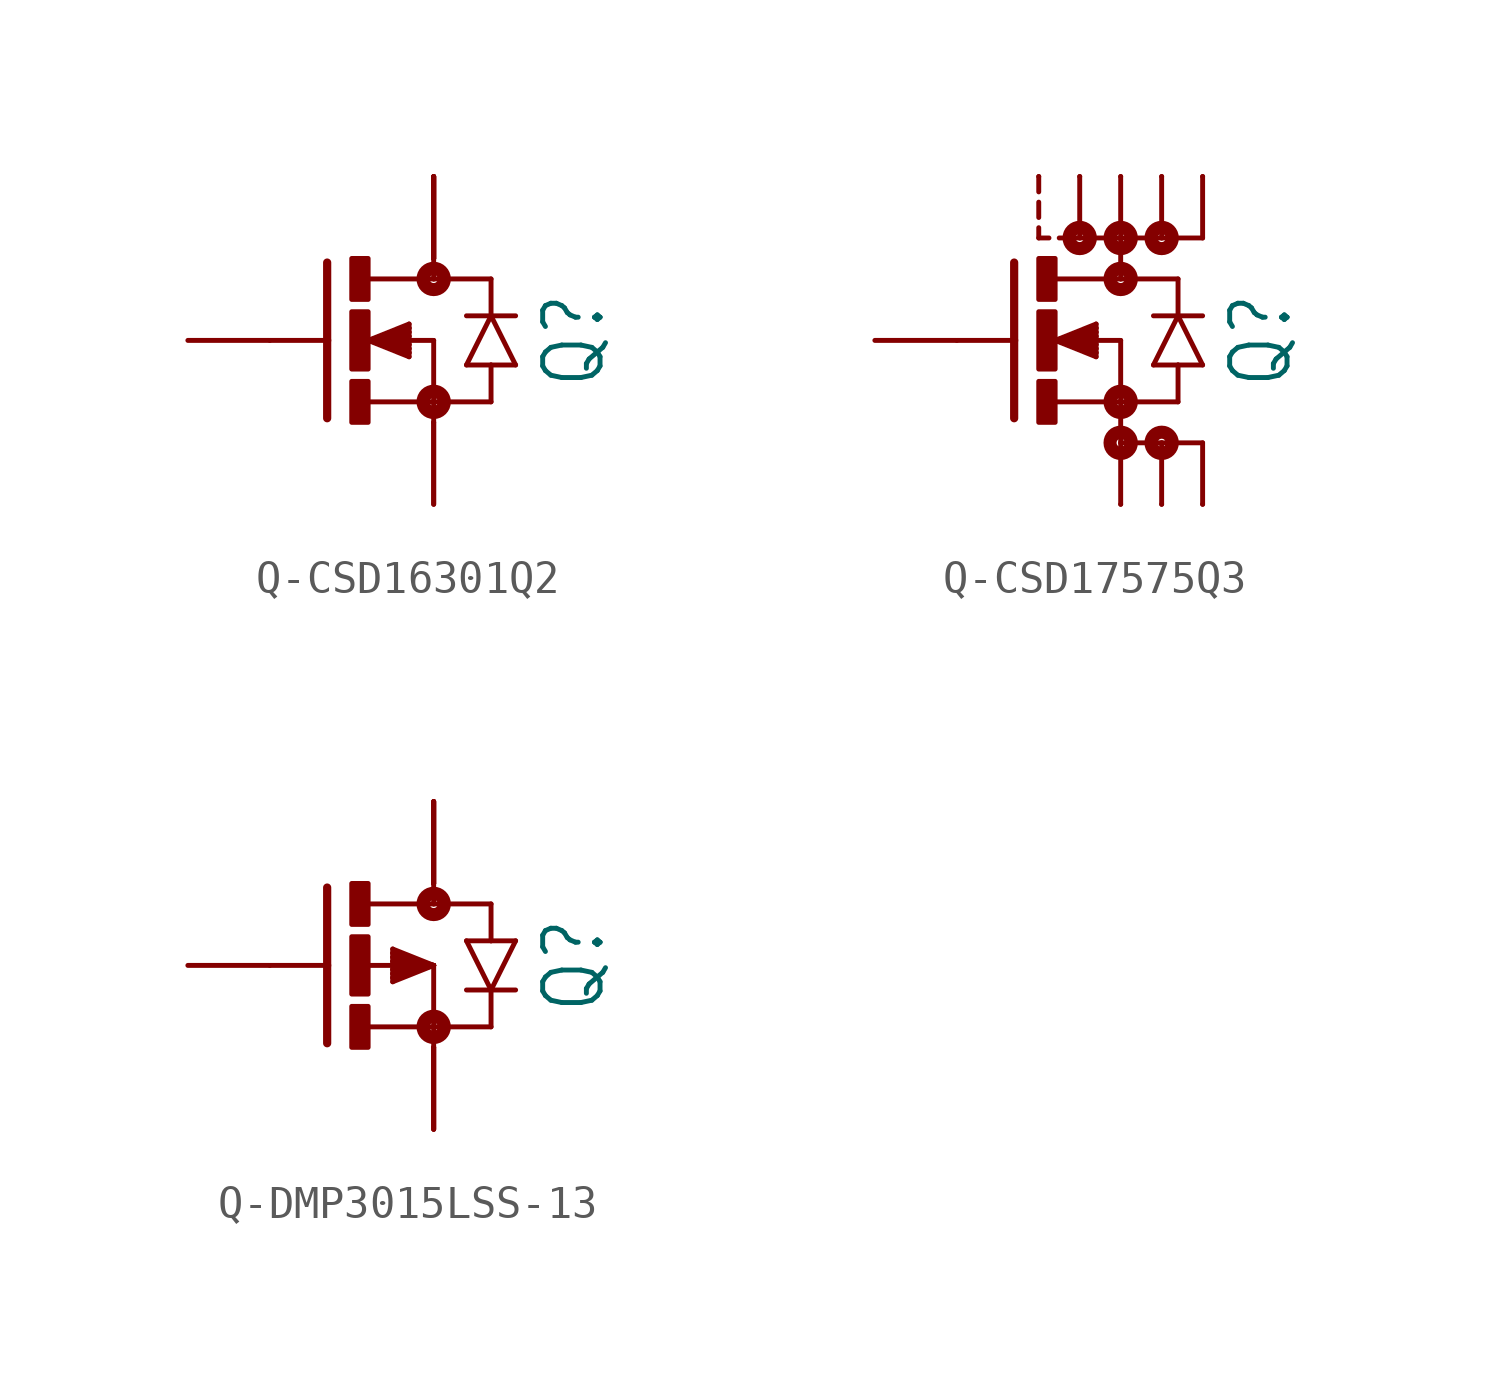
<source format=kicad_sym>
(kicad_symbol_lib
  (version 20231120)
  (generator "kicad_symbol_editor")
  (generator_version "8.0")
  (symbol "Q-CSD16301Q2"
    (property "Reference" "Q"
      (at 5.842 0 90)
      (effects (font (size 1.778 1.511)) (justify top)))
    (property "Value" ""
      (at 8.382 0 90)
      (effects (font (size 1.778 1.511)) (justify top)))
    (property "ki_locked" ""
      (at 0 0 0)
      (effects (font (size 1.27 1.27))))
    (symbol "Q-CSD16301Q2_1_0"
      (rectangle (start 0 -2.54) (end 0.508 -1.27) (stroke (width 0) (type default)) (fill (type outline)))
      (rectangle (start 0 -0.889) (end 0.508 0.889) (stroke (width 0) (type default)) (fill (type outline)))
      (polyline (pts (xy -0.762 0) (xy -2.54 0)) (stroke (width 0.152) (type solid)) (fill (type none)))
      (polyline (pts (xy -0.762 0) (xy -0.762 -2.413)) (stroke (width 0.254) (type solid)) (fill (type none)))
      (polyline (pts (xy -0.762 2.413) (xy -0.762 0)) (stroke (width 0.254) (type solid)) (fill (type none)))
      (polyline (pts (xy 0.508 -1.905) (xy 2.54 -1.905)) (stroke (width 0.152) (type solid)) (fill (type none)))
      (polyline (pts (xy 0.508 0) (xy 1.778 -0.508)) (stroke (width 0.152) (type solid)) (fill (type none)))
      (polyline (pts (xy 0.508 0) (xy 1.778 -0.381)) (stroke (width 0.152) (type solid)) (fill (type none)))
      (polyline (pts (xy 0.508 0) (xy 1.778 -0.254)) (stroke (width 0.152) (type solid)) (fill (type none)))
      (polyline (pts (xy 0.508 0) (xy 1.778 -0.127)) (stroke (width 0.152) (type solid)) (fill (type none)))
      (polyline (pts (xy 0.508 0) (xy 1.778 0.127)) (stroke (width 0.152) (type solid)) (fill (type none)))
      (polyline (pts (xy 0.508 0) (xy 1.778 0.254)) (stroke (width 0.152) (type solid)) (fill (type none)))
      (polyline (pts (xy 0.508 0) (xy 1.778 0.381)) (stroke (width 0.152) (type solid)) (fill (type none)))
      (polyline (pts (xy 0.508 0) (xy 1.778 0.508)) (stroke (width 0.152) (type solid)) (fill (type none)))
      (polyline (pts (xy 1.778 -0.381) (xy 1.778 -0.508)) (stroke (width 0.152) (type solid)) (fill (type none)))
      (polyline (pts (xy 1.778 -0.254) (xy 1.778 -0.381)) (stroke (width 0.152) (type solid)) (fill (type none)))
      (polyline (pts (xy 1.778 -0.127) (xy 1.778 -0.254)) (stroke (width 0.152) (type solid)) (fill (type none)))
      (polyline (pts (xy 1.778 0.127) (xy 1.778 -0.127)) (stroke (width 0.152) (type solid)) (fill (type none)))
      (polyline (pts (xy 1.778 0.254) (xy 1.778 0.127)) (stroke (width 0.152) (type solid)) (fill (type none)))
      (polyline (pts (xy 1.778 0.381) (xy 1.778 0.254)) (stroke (width 0.152) (type solid)) (fill (type none)))
      (polyline (pts (xy 1.778 0.508) (xy 1.778 0.381)) (stroke (width 0.152) (type solid)) (fill (type none)))
      (polyline (pts (xy 2.54 -1.905) (xy 2.54 -2.54)) (stroke (width 0.152) (type solid)) (fill (type none)))
      (polyline (pts (xy 2.54 0) (xy 0.508 0)) (stroke (width 0.152) (type solid)) (fill (type none)))
      (polyline (pts (xy 2.54 0) (xy 2.54 -1.905)) (stroke (width 0.152) (type solid)) (fill (type none)))
      (polyline (pts (xy 2.54 1.905) (xy 0.533 1.905)) (stroke (width 0.152) (type solid)) (fill (type none)))
      (polyline (pts (xy 2.54 2.54) (xy 2.54 1.905)) (stroke (width 0.152) (type solid)) (fill (type none)))
      (polyline (pts (xy 3.556 -0.762) (xy 4.318 -0.762)) (stroke (width 0.152) (type solid)) (fill (type none)))
      (polyline (pts (xy 3.556 0.762) (xy 4.318 0.762)) (stroke (width 0.152) (type solid)) (fill (type none)))
      (polyline (pts (xy 4.318 -1.905) (xy 2.54 -1.905)) (stroke (width 0.152) (type solid)) (fill (type none)))
      (polyline (pts (xy 4.318 -1.905) (xy 4.318 -0.762)) (stroke (width 0.152) (type solid)) (fill (type none)))
      (polyline (pts (xy 4.318 -0.762) (xy 5.08 -0.762)) (stroke (width 0.152) (type solid)) (fill (type none)))
      (polyline (pts (xy 4.318 0.762) (xy 3.556 -0.762)) (stroke (width 0.152) (type solid)) (fill (type none)))
      (polyline (pts (xy 4.318 0.762) (xy 5.08 0.762)) (stroke (width 0.152) (type solid)) (fill (type none)))
      (polyline (pts (xy 4.318 1.905) (xy 2.54 1.905)) (stroke (width 0.152) (type solid)) (fill (type none)))
      (polyline (pts (xy 4.318 1.905) (xy 4.318 0.762)) (stroke (width 0.152) (type solid)) (fill (type none)))
      (polyline (pts (xy 5.08 -0.762) (xy 4.318 0.762)) (stroke (width 0.152) (type solid)) (fill (type none)))
      (rectangle (start 0 1.27) (end 0.508 2.54) (stroke (width 0) (type default)) (fill (type outline)))
      (circle (center 2.54 -1.905) (radius 0.127) (stroke (width 0.406) (type solid)) (fill (type none)))
      (circle (center 2.54 1.905) (radius 0.127) (stroke (width 0.406) (type solid)) (fill (type none)))
      (pin passive line (at 2.54 5.08 270) (length 2.54) (name "D" (effects (font (size 0 0)))) (number "1" (effects (font (size 0 0)))))
      (pin passive line (at 2.54 5.08 270) (length 2.54) (name "D" (effects (font (size 0 0)))) (number "2" (effects (font (size 0 0)))))
      (pin passive line (at -5.08 0 0) (length 2.54) (name "G" (effects (font (size 0 0)))) (number "3" (effects (font (size 0 0)))))
      (pin passive line (at 2.54 -5.08 90) (length 2.54) (name "S" (effects (font (size 0 0)))) (number "4" (effects (font (size 0 0)))))
      (pin passive line (at 2.54 5.08 270) (length 2.54) (name "D" (effects (font (size 0 0)))) (number "5" (effects (font (size 0 0)))))
      (pin passive line (at 2.54 5.08 270) (length 2.54) (name "D" (effects (font (size 0 0)))) (number "6" (effects (font (size 0 0)))))
      (pin passive line (at 2.54 -5.08 90) (length 2.54) (name "S" (effects (font (size 0 0)))) (number "7" (effects (font (size 0 0)))))
      (pin passive line (at 2.54 5.08 270) (length 2.54) (name "D" (effects (font (size 0 0)))) (number "8" (effects (font (size 0 0)))))))
  (symbol "Q-CSD17575Q3"
    (property "Reference" "Q"
      (at 3.302 0 90)
      (effects (font (size 1.778 1.511)) (justify top)))
    (property "Value" ""
      (at 5.842 0 90)
      (effects (font (size 1.778 1.511)) (justify top)))
    (property "ki_locked" ""
      (at 0 0 0)
      (effects (font (size 1.27 1.27))))
    (symbol "Q-CSD17575Q3_1_0"
      (rectangle (start -2.54 -2.54) (end -2.032 -1.27) (stroke (width 0) (type default)) (fill (type outline)))
      (rectangle (start -2.54 -0.889) (end -2.032 0.889) (stroke (width 0) (type default)) (fill (type outline)))
      (rectangle (start -2.54 1.27) (end -2.032 2.54) (stroke (width 0) (type default)) (fill (type outline)))
      (circle (center -1.27 3.175) (radius 0.127) (stroke (width 0.406) (type solid)) (fill (type none)))
      (circle (center 0 -3.175) (radius 0.127) (stroke (width 0.406) (type solid)) (fill (type none)))
      (circle (center 0 -1.905) (radius 0.127) (stroke (width 0.406) (type solid)) (fill (type none)))
      (polyline (pts (xy -3.302 0) (xy -5.08 0)) (stroke (width 0.152) (type solid)) (fill (type none)))
      (polyline (pts (xy -3.302 0) (xy -3.302 -2.413)) (stroke (width 0.254) (type solid)) (fill (type none)))
      (polyline (pts (xy -3.302 2.413) (xy -3.302 0)) (stroke (width 0.254) (type solid)) (fill (type none)))
      (polyline (pts (xy -2.54 3.175) (xy -2.54 3.493)) (stroke (width 0.152) (type solid)) (fill (type none)))
      (polyline (pts (xy -2.54 3.81) (xy -2.54 4.286)) (stroke (width 0.152) (type solid)) (fill (type none)))
      (polyline (pts (xy -2.54 4.604) (xy -2.54 5.08)) (stroke (width 0.152) (type solid)) (fill (type none)))
      (polyline (pts (xy -2.223 3.175) (xy -2.54 3.175)) (stroke (width 0.152) (type solid)) (fill (type none)))
      (polyline (pts (xy -2.032 -1.905) (xy 0 -1.905)) (stroke (width 0.152) (type solid)) (fill (type none)))
      (polyline (pts (xy -2.032 0) (xy -0.762 -0.508)) (stroke (width 0.152) (type solid)) (fill (type none)))
      (polyline (pts (xy -2.032 0) (xy -0.762 -0.381)) (stroke (width 0.152) (type solid)) (fill (type none)))
      (polyline (pts (xy -2.032 0) (xy -0.762 -0.254)) (stroke (width 0.152) (type solid)) (fill (type none)))
      (polyline (pts (xy -2.032 0) (xy -0.762 -0.127)) (stroke (width 0.152) (type solid)) (fill (type none)))
      (polyline (pts (xy -2.032 0) (xy -0.762 0.127)) (stroke (width 0.152) (type solid)) (fill (type none)))
      (polyline (pts (xy -2.032 0) (xy -0.762 0.254)) (stroke (width 0.152) (type solid)) (fill (type none)))
      (polyline (pts (xy -2.032 0) (xy -0.762 0.381)) (stroke (width 0.152) (type solid)) (fill (type none)))
      (polyline (pts (xy -2.032 0) (xy -0.762 0.508)) (stroke (width 0.152) (type solid)) (fill (type none)))
      (polyline (pts (xy -1.27 3.175) (xy -1.905 3.175)) (stroke (width 0.152) (type solid)) (fill (type none)))
      (polyline (pts (xy -1.27 3.175) (xy -1.27 5.08)) (stroke (width 0.152) (type solid)) (fill (type none)))
      (polyline (pts (xy -0.762 -0.381) (xy -0.762 -0.508)) (stroke (width 0.152) (type solid)) (fill (type none)))
      (polyline (pts (xy -0.762 -0.254) (xy -0.762 -0.381)) (stroke (width 0.152) (type solid)) (fill (type none)))
      (polyline (pts (xy -0.762 -0.127) (xy -0.762 -0.254)) (stroke (width 0.152) (type solid)) (fill (type none)))
      (polyline (pts (xy -0.762 0.127) (xy -0.762 -0.127)) (stroke (width 0.152) (type solid)) (fill (type none)))
      (polyline (pts (xy -0.762 0.254) (xy -0.762 0.127)) (stroke (width 0.152) (type solid)) (fill (type none)))
      (polyline (pts (xy -0.762 0.381) (xy -0.762 0.254)) (stroke (width 0.152) (type solid)) (fill (type none)))
      (polyline (pts (xy -0.762 0.508) (xy -0.762 0.381)) (stroke (width 0.152) (type solid)) (fill (type none)))
      (polyline (pts (xy 0 -3.175) (xy 0 -5.08)) (stroke (width 0.152) (type solid)) (fill (type none)))
      (polyline (pts (xy 0 -3.175) (xy 1.27 -3.175)) (stroke (width 0.152) (type solid)) (fill (type none)))
      (polyline (pts (xy 0 -1.905) (xy 0 -3.175)) (stroke (width 0.152) (type solid)) (fill (type none)))
      (polyline (pts (xy 0 0) (xy -2.032 0)) (stroke (width 0.152) (type solid)) (fill (type none)))
      (polyline (pts (xy 0 0) (xy 0 -1.905)) (stroke (width 0.152) (type solid)) (fill (type none)))
      (polyline (pts (xy 0 1.905) (xy -2.007 1.905)) (stroke (width 0.152) (type solid)) (fill (type none)))
      (polyline (pts (xy 0 3.175) (xy -1.27 3.175)) (stroke (width 0.152) (type solid)) (fill (type none)))
      (polyline (pts (xy 0 3.175) (xy 0 1.905)) (stroke (width 0.152) (type solid)) (fill (type none)))
      (polyline (pts (xy 0 3.175) (xy 0 5.08)) (stroke (width 0.152) (type solid)) (fill (type none)))
      (polyline (pts (xy 1.016 -0.762) (xy 1.778 -0.762)) (stroke (width 0.152) (type solid)) (fill (type none)))
      (polyline (pts (xy 1.016 0.762) (xy 1.778 0.762)) (stroke (width 0.152) (type solid)) (fill (type none)))
      (polyline (pts (xy 1.27 -3.175) (xy 1.27 -5.08)) (stroke (width 0.152) (type solid)) (fill (type none)))
      (polyline (pts (xy 1.27 -3.175) (xy 2.54 -3.175)) (stroke (width 0.152) (type solid)) (fill (type none)))
      (polyline (pts (xy 1.27 3.175) (xy 0 3.175)) (stroke (width 0.152) (type solid)) (fill (type none)))
      (polyline (pts (xy 1.27 3.175) (xy 1.27 5.08)) (stroke (width 0.152) (type solid)) (fill (type none)))
      (polyline (pts (xy 1.778 -1.905) (xy 0 -1.905)) (stroke (width 0.152) (type solid)) (fill (type none)))
      (polyline (pts (xy 1.778 -1.905) (xy 1.778 -0.762)) (stroke (width 0.152) (type solid)) (fill (type none)))
      (polyline (pts (xy 1.778 -0.762) (xy 2.54 -0.762)) (stroke (width 0.152) (type solid)) (fill (type none)))
      (polyline (pts (xy 1.778 0.762) (xy 1.016 -0.762)) (stroke (width 0.152) (type solid)) (fill (type none)))
      (polyline (pts (xy 1.778 0.762) (xy 2.54 0.762)) (stroke (width 0.152) (type solid)) (fill (type none)))
      (polyline (pts (xy 1.778 1.905) (xy 0 1.905)) (stroke (width 0.152) (type solid)) (fill (type none)))
      (polyline (pts (xy 1.778 1.905) (xy 1.778 0.762)) (stroke (width 0.152) (type solid)) (fill (type none)))
      (polyline (pts (xy 2.54 -3.175) (xy 2.54 -5.08)) (stroke (width 0.152) (type solid)) (fill (type none)))
      (polyline (pts (xy 2.54 -0.762) (xy 1.778 0.762)) (stroke (width 0.152) (type solid)) (fill (type none)))
      (polyline (pts (xy 2.54 3.175) (xy 1.27 3.175)) (stroke (width 0.152) (type solid)) (fill (type none)))
      (polyline (pts (xy 2.54 3.175) (xy 2.54 5.08)) (stroke (width 0.152) (type solid)) (fill (type none)))
      (circle (center 0 1.905) (radius 0.127) (stroke (width 0.406) (type solid)) (fill (type none)))
      (circle (center 0 3.175) (radius 0.127) (stroke (width 0.406) (type solid)) (fill (type none)))
      (circle (center 1.27 -3.175) (radius 0.127) (stroke (width 0.406) (type solid)) (fill (type none)))
      (circle (center 1.27 3.175) (radius 0.127) (stroke (width 0.406) (type solid)) (fill (type none)))
      (pin passive line (at -2.54 5.08 270) (length 0) (name "D0" (effects (font (size 0 0)))) (number "0" (effects (font (size 0 0)))))
      (pin passive line (at 0 -5.08 90) (length 0) (name "S1" (effects (font (size 0 0)))) (number "1" (effects (font (size 0 0)))))
      (pin passive line (at 1.27 -5.08 90) (length 0) (name "S2" (effects (font (size 0 0)))) (number "2" (effects (font (size 0 0)))))
      (pin passive line (at 2.54 -5.08 90) (length 0) (name "S3" (effects (font (size 0 0)))) (number "3" (effects (font (size 0 0)))))
      (pin passive line (at -7.62 0 0) (length 2.54) (name "G" (effects (font (size 0 0)))) (number "4" (effects (font (size 0 0)))))
      (pin passive line (at -1.27 5.08 270) (length 0) (name "D1" (effects (font (size 0 0)))) (number "5" (effects (font (size 0 0)))))
      (pin passive line (at 0 5.08 270) (length 0) (name "D2" (effects (font (size 0 0)))) (number "6" (effects (font (size 0 0)))))
      (pin passive line (at 1.27 5.08 270) (length 0) (name "D3" (effects (font (size 0 0)))) (number "7" (effects (font (size 0 0)))))
      (pin passive line (at 2.54 5.08 270) (length 0) (name "D4" (effects (font (size 0 0)))) (number "8" (effects (font (size 0 0)))))))
  (symbol "Q-DMP3015LSS-13"
    (property "Reference" "Q"
      (at 5.842 0 90)
      (effects (font (size 1.778 1.511)) (justify top)))
    (property "Value" ""
      (at 8.382 0 90)
      (effects (font (size 1.778 1.511)) (justify top)))
    (property "ki_locked" ""
      (at 0 0 0)
      (effects (font (size 1.27 1.27))))
    (symbol "Q-DMP3015LSS-13_1_0"
      (rectangle (start 0 -2.54) (end 0.508 -1.27) (stroke (width 0) (type default)) (fill (type outline)))
      (rectangle (start 0 -0.889) (end 0.508 0.889) (stroke (width 0) (type default)) (fill (type outline)))
      (polyline (pts (xy -0.762 0) (xy -2.54 0)) (stroke (width 0.152) (type solid)) (fill (type none)))
      (polyline (pts (xy -0.762 0) (xy -0.762 -2.413)) (stroke (width 0.254) (type solid)) (fill (type none)))
      (polyline (pts (xy -0.762 2.413) (xy -0.762 0)) (stroke (width 0.254) (type solid)) (fill (type none)))
      (polyline (pts (xy 0.508 -1.905) (xy 2.54 -1.905)) (stroke (width 0.152) (type solid)) (fill (type none)))
      (polyline (pts (xy 1.27 -0.508) (xy 2.54 0)) (stroke (width 0.152) (type solid)) (fill (type none)))
      (polyline (pts (xy 1.27 -0.381) (xy 1.27 -0.508)) (stroke (width 0.152) (type solid)) (fill (type none)))
      (polyline (pts (xy 1.27 -0.254) (xy 1.27 -0.381)) (stroke (width 0.152) (type solid)) (fill (type none)))
      (polyline (pts (xy 1.27 -0.127) (xy 1.27 -0.254)) (stroke (width 0.152) (type solid)) (fill (type none)))
      (polyline (pts (xy 1.27 0.127) (xy 1.27 -0.127)) (stroke (width 0.152) (type solid)) (fill (type none)))
      (polyline (pts (xy 1.27 0.254) (xy 1.27 0.127)) (stroke (width 0.152) (type solid)) (fill (type none)))
      (polyline (pts (xy 1.27 0.381) (xy 1.27 0.254)) (stroke (width 0.152) (type solid)) (fill (type none)))
      (polyline (pts (xy 1.27 0.508) (xy 1.27 0.381)) (stroke (width 0.152) (type solid)) (fill (type none)))
      (polyline (pts (xy 1.27 0.508) (xy 2.54 0)) (stroke (width 0.152) (type solid)) (fill (type none)))
      (polyline (pts (xy 2.54 -1.905) (xy 2.54 -2.54)) (stroke (width 0.152) (type solid)) (fill (type none)))
      (polyline (pts (xy 2.54 0) (xy 0.508 0)) (stroke (width 0.152) (type solid)) (fill (type none)))
      (polyline (pts (xy 2.54 0) (xy 1.27 -0.381)) (stroke (width 0.152) (type solid)) (fill (type none)))
      (polyline (pts (xy 2.54 0) (xy 1.27 -0.254)) (stroke (width 0.152) (type solid)) (fill (type none)))
      (polyline (pts (xy 2.54 0) (xy 1.27 -0.127)) (stroke (width 0.152) (type solid)) (fill (type none)))
      (polyline (pts (xy 2.54 0) (xy 1.27 0.127)) (stroke (width 0.152) (type solid)) (fill (type none)))
      (polyline (pts (xy 2.54 0) (xy 1.27 0.254)) (stroke (width 0.152) (type solid)) (fill (type none)))
      (polyline (pts (xy 2.54 0) (xy 1.27 0.381)) (stroke (width 0.152) (type solid)) (fill (type none)))
      (polyline (pts (xy 2.54 0) (xy 2.54 -1.905)) (stroke (width 0.152) (type solid)) (fill (type none)))
      (polyline (pts (xy 2.54 1.905) (xy 0.533 1.905)) (stroke (width 0.152) (type solid)) (fill (type none)))
      (polyline (pts (xy 2.54 2.54) (xy 2.54 1.905)) (stroke (width 0.152) (type solid)) (fill (type none)))
      (polyline (pts (xy 3.556 0.762) (xy 4.318 -0.762)) (stroke (width 0.152) (type solid)) (fill (type none)))
      (polyline (pts (xy 4.318 -1.905) (xy 2.54 -1.905)) (stroke (width 0.152) (type solid)) (fill (type none)))
      (polyline (pts (xy 4.318 -1.905) (xy 4.318 -0.762)) (stroke (width 0.152) (type solid)) (fill (type none)))
      (polyline (pts (xy 4.318 -0.762) (xy 3.556 -0.762)) (stroke (width 0.152) (type solid)) (fill (type none)))
      (polyline (pts (xy 4.318 -0.762) (xy 5.08 0.762)) (stroke (width 0.152) (type solid)) (fill (type none)))
      (polyline (pts (xy 4.318 0.762) (xy 3.556 0.762)) (stroke (width 0.152) (type solid)) (fill (type none)))
      (polyline (pts (xy 4.318 1.905) (xy 2.54 1.905)) (stroke (width 0.152) (type solid)) (fill (type none)))
      (polyline (pts (xy 4.318 1.905) (xy 4.318 0.762)) (stroke (width 0.152) (type solid)) (fill (type none)))
      (polyline (pts (xy 5.08 -0.762) (xy 4.318 -0.762)) (stroke (width 0.152) (type solid)) (fill (type none)))
      (polyline (pts (xy 5.08 0.762) (xy 4.318 0.762)) (stroke (width 0.152) (type solid)) (fill (type none)))
      (rectangle (start 0 1.27) (end 0.508 2.54) (stroke (width 0) (type default)) (fill (type outline)))
      (circle (center 2.54 -1.905) (radius 0.127) (stroke (width 0.406) (type solid)) (fill (type none)))
      (circle (center 2.54 1.905) (radius 0.127) (stroke (width 0.406) (type solid)) (fill (type none)))
      (pin passive line (at 2.54 -5.08 90) (length 2.54) (name "S" (effects (font (size 0 0)))) (number "1" (effects (font (size 0 0)))))
      (pin passive line (at 2.54 -5.08 90) (length 2.54) (name "S" (effects (font (size 0 0)))) (number "2" (effects (font (size 0 0)))))
      (pin passive line (at 2.54 -5.08 90) (length 2.54) (name "S" (effects (font (size 0 0)))) (number "3" (effects (font (size 0 0)))))
      (pin passive line (at -5.08 0 0) (length 2.54) (name "G" (effects (font (size 0 0)))) (number "4" (effects (font (size 0 0)))))
      (pin passive line (at 2.54 5.08 270) (length 2.54) (name "D" (effects (font (size 0 0)))) (number "5" (effects (font (size 0 0)))))
      (pin passive line (at 2.54 5.08 270) (length 2.54) (name "D" (effects (font (size 0 0)))) (number "6" (effects (font (size 0 0)))))
      (pin passive line (at 2.54 5.08 270) (length 2.54) (name "D" (effects (font (size 0 0)))) (number "7" (effects (font (size 0 0)))))
      (pin passive line (at 2.54 5.08 270) (length 2.54) (name "D" (effects (font (size 0 0)))) (number "8" (effects (font (size 0 0))))))))
</source>
